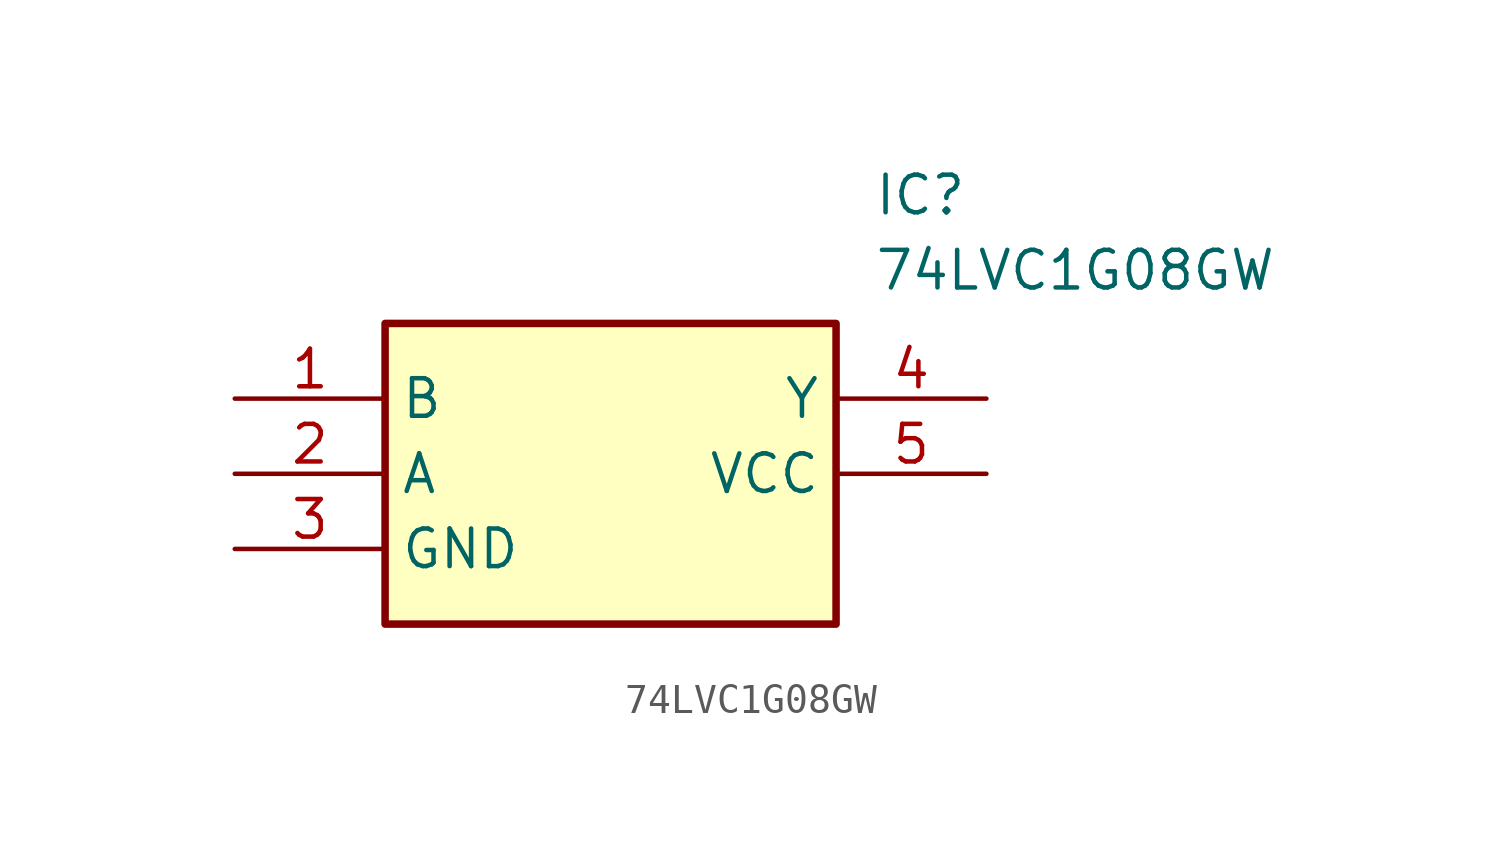
<source format=kicad_sym>
(kicad_symbol_lib
  (version 20211014)
  (generator SamacSys_ECAD_Model)
  (symbol "74LVC1G08GW"
    (property "Reference" "IC"
      (at 21.59 7.62 0)
      (effects (font (size 1.27 1.27)) (justify left top)))
    (property "Value" "74LVC1G08GW"
      (at 21.59 5.08 0)
      (effects (font (size 1.27 1.27)) (justify left top)))
    (rectangle
      (start 5.08 2.54)
      (end 20.32 -7.62)
      (stroke (width 0.254) (type default))
      (fill (type background)))
    (pin passive line
      (at 0 0 0)
      (length 5.08)
      (name "B" (effects (font (size 1.27 1.27))))
      (number "1" (effects (font (size 1.27 1.27)))))
    (pin passive line
      (at 0 -2.54 0)
      (length 5.08)
      (name "A" (effects (font (size 1.27 1.27))))
      (number "2" (effects (font (size 1.27 1.27)))))
    (pin passive line
      (at 0 -5.08 0)
      (length 5.08)
      (name "GND" (effects (font (size 1.27 1.27))))
      (number "3" (effects (font (size 1.27 1.27)))))
    (pin passive line
      (at 25.4 0 180)
      (length 5.08)
      (name "Y" (effects (font (size 1.27 1.27))))
      (number "4" (effects (font (size 1.27 1.27)))))
    (pin passive line
      (at 25.4 -2.54 180)
      (length 5.08)
      (name "VCC" (effects (font (size 1.27 1.27))))
      (number "5" (effects (font (size 1.27 1.27)))))))
</source>
